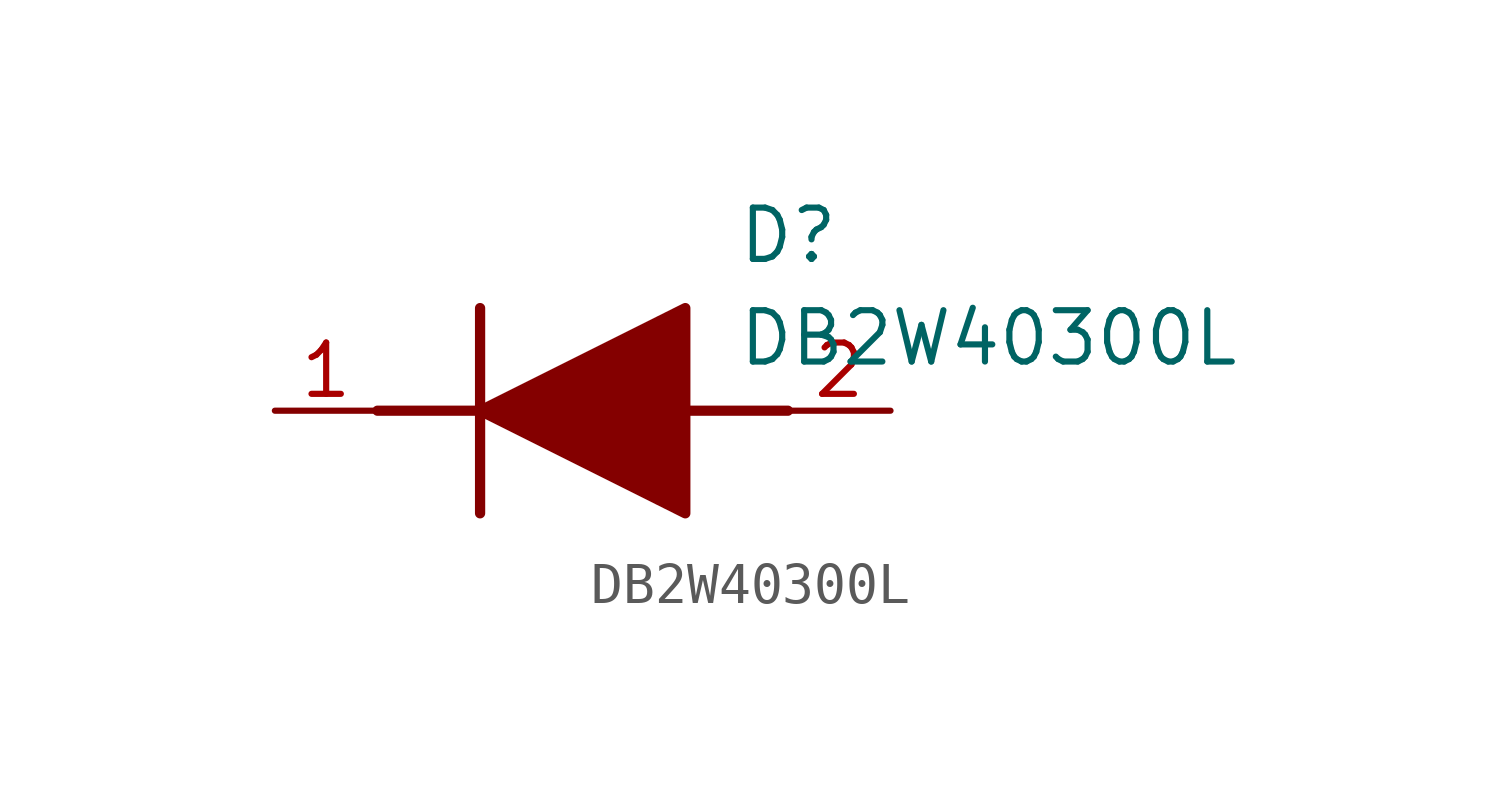
<source format=kicad_sym>
(kicad_symbol_lib
  (version 20211014)
  (generator SamacSys_ECAD_Model)
  (symbol "DB2W40300L"
    (pin_names hide)
    (property "Reference" "D"
      (at 11.43 5.08 0)
      (effects (font (size 1.27 1.27)) (justify left top)))
    (property "Value" "DB2W40300L"
      (at 11.43 2.54 0)
      (effects (font (size 1.27 1.27)) (justify left top)))
    (polyline
      (pts (xy 5.08 2.54) (xy 5.08 -2.54))
      (stroke (width 0.254) (type default))
      (fill (type none)))
    (polyline
      (pts (xy 2.54 0) (xy 5.08 0))
      (stroke (width 0.254) (type default))
      (fill (type none)))
    (polyline
      (pts (xy 10.16 0) (xy 12.7 0))
      (stroke (width 0.254) (type default))
      (fill (type none)))
    (polyline
      (pts (xy 5.08 0) (xy 10.16 2.54) (xy 10.16 -2.54) (xy 5.08 0))
      (stroke (width 0.254) (type default))
      (fill (type outline)))
    (pin passive line
      (at 0 0 0)
      (length 2.54)
      (name "K" (effects (font (size 1.27 1.27))))
      (number "1" (effects (font (size 1.27 1.27)))))
    (pin passive line
      (at 15.24 0 180)
      (length 2.54)
      (name "A" (effects (font (size 1.27 1.27))))
      (number "2" (effects (font (size 1.27 1.27)))))))
</source>
